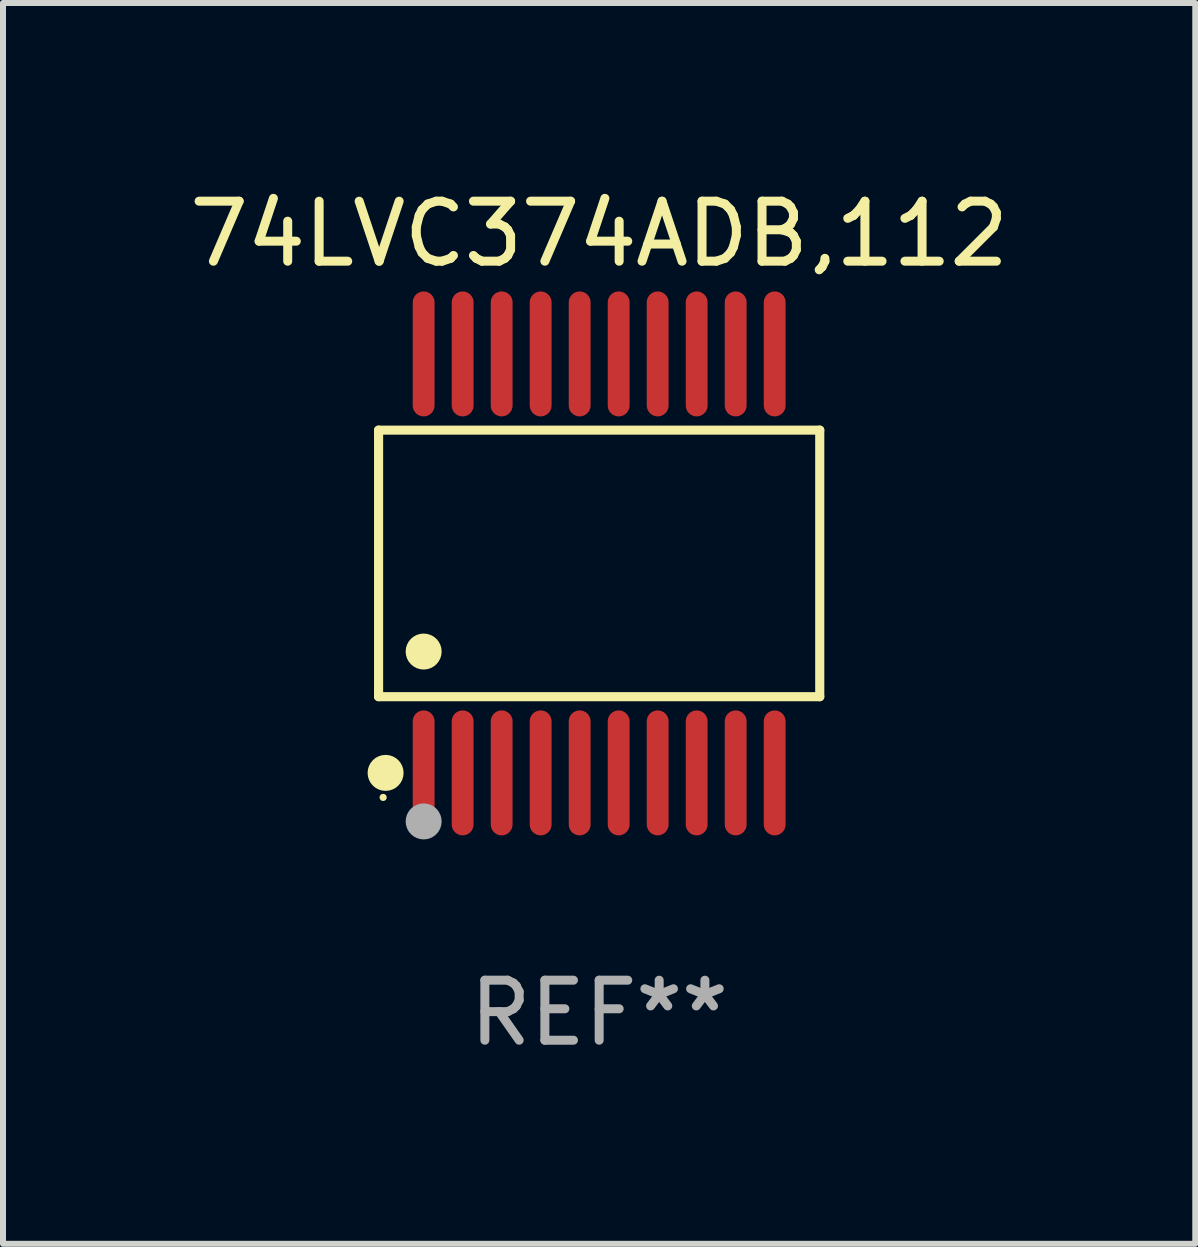
<source format=kicad_pcb>
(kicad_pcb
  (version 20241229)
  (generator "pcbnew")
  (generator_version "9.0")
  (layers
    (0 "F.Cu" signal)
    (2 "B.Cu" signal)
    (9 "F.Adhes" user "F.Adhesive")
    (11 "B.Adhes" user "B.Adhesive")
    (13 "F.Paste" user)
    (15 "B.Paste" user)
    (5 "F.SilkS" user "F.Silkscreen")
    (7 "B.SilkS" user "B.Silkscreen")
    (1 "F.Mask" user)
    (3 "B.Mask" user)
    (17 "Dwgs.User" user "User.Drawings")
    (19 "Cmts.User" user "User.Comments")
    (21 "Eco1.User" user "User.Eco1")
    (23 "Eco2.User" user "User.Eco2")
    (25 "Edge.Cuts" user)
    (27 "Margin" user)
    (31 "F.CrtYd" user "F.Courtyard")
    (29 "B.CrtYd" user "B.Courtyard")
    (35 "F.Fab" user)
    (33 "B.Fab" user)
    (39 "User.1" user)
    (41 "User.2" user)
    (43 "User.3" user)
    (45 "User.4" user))
  (footprint "74LVC374ADB,112"
    (layer "F.Cu")
    (at 6.935 6.339)
    (property "Reference" "74LVC374ADB,112" (at 0 -5.491 0) (layer "F.SilkS") (effects (font (size 1 1) (thickness 0.15))))
    (attr through_hole)
    (fp_line (start -3.676 -2.221) (end 3.676 -2.221) (stroke (width 0.152) (type solid)) (layer "F.SilkS"))
    (fp_line (start -3.676 2.221) (end -3.676 -2.221) (stroke (width 0.152) (type solid)) (layer "F.SilkS"))
    (fp_line (start 3.676 -2.221) (end 3.676 2.221) (stroke (width 0.152) (type solid)) (layer "F.SilkS"))
    (fp_line (start 3.676 2.221) (end -3.676 2.221) (stroke (width 0.152) (type solid)) (layer "F.SilkS"))
    (fp_circle (center -3.6 3.9) (end -3.57 3.9) (stroke (width 0.06) (type solid)) (fill no) (layer "F.SilkS"))
    (fp_circle (center -3.559 3.491) (end -3.409 3.491) (stroke (width 0.3) (type solid)) (fill no) (layer "F.SilkS"))
    (fp_circle (center -2.925 1.469) (end -2.775 1.469) (stroke (width 0.3) (type solid)) (fill no) (layer "F.SilkS"))
    (fp_circle (center -2.925 4.3) (end -2.775 4.3) (stroke (width 0.3) (type solid)) (fill no) (layer "F.Fab"))
    (fp_text user "REF**" (at 0 7.491 0) (layer "F.Fab") (effects (font (size 1 1) (thickness 0.15))))
    (pad "1" smd oval (at -2.925 3.491) (size 0.364 2.082) (layers "F.Cu" "F.Mask" "F.Paste"))
    (pad "2" smd oval (at -2.275 3.491) (size 0.364 2.082) (layers "F.Cu" "F.Mask" "F.Paste"))
    (pad "3" smd oval (at -1.625 3.491) (size 0.364 2.082) (layers "F.Cu" "F.Mask" "F.Paste"))
    (pad "4" smd oval (at -0.975 3.491) (size 0.364 2.082) (layers "F.Cu" "F.Mask" "F.Paste"))
    (pad "5" smd oval (at -0.325 3.491) (size 0.364 2.082) (layers "F.Cu" "F.Mask" "F.Paste"))
    (pad "6" smd oval (at 0.325 3.491) (size 0.364 2.082) (layers "F.Cu" "F.Mask" "F.Paste"))
    (pad "7" smd oval (at 0.975 3.491) (size 0.364 2.082) (layers "F.Cu" "F.Mask" "F.Paste"))
    (pad "8" smd oval (at 1.625 3.491) (size 0.364 2.082) (layers "F.Cu" "F.Mask" "F.Paste"))
    (pad "9" smd oval (at 2.275 3.491) (size 0.364 2.082) (layers "F.Cu" "F.Mask" "F.Paste"))
    (pad "10" smd oval (at 2.925 3.491) (size 0.364 2.082) (layers "F.Cu" "F.Mask" "F.Paste"))
    (pad "11" smd oval (at 2.925 -3.491) (size 0.364 2.082) (layers "F.Cu" "F.Mask" "F.Paste"))
    (pad "12" smd oval (at 2.275 -3.491) (size 0.364 2.082) (layers "F.Cu" "F.Mask" "F.Paste"))
    (pad "13" smd oval (at 1.625 -3.491) (size 0.364 2.082) (layers "F.Cu" "F.Mask" "F.Paste"))
    (pad "14" smd oval (at 0.975 -3.491) (size 0.364 2.082) (layers "F.Cu" "F.Mask" "F.Paste"))
    (pad "15" smd oval (at 0.325 -3.491) (size 0.364 2.082) (layers "F.Cu" "F.Mask" "F.Paste"))
    (pad "16" smd oval (at -0.325 -3.491) (size 0.364 2.082) (layers "F.Cu" "F.Mask" "F.Paste"))
    (pad "17" smd oval (at -0.975 -3.491) (size 0.364 2.082) (layers "F.Cu" "F.Mask" "F.Paste"))
    (pad "18" smd oval (at -1.625 -3.491) (size 0.364 2.082) (layers "F.Cu" "F.Mask" "F.Paste"))
    (pad "19" smd oval (at -2.275 -3.491) (size 0.364 2.082) (layers "F.Cu" "F.Mask" "F.Paste"))
    (pad "20" smd oval (at -2.925 -3.491) (size 0.364 2.082) (layers "F.Cu" "F.Mask" "F.Paste")))
  (gr_rect
    (start -3 -3)
    (end 16.869 17.678)
    (stroke (width 0.1) (type default))
    (fill no)
    (layer "Edge.Cuts")))
</source>
